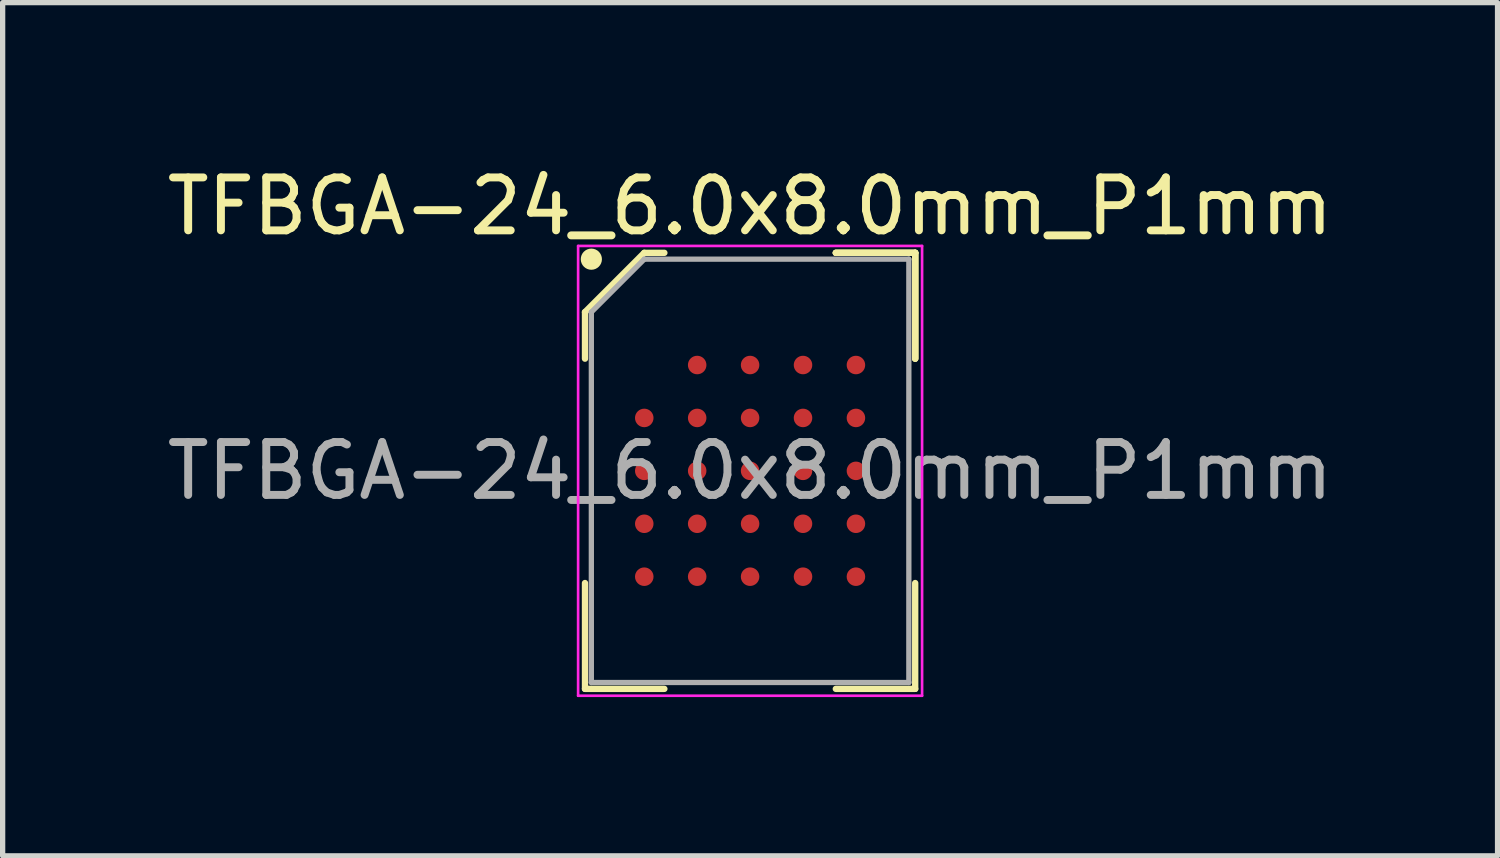
<source format=kicad_pcb>
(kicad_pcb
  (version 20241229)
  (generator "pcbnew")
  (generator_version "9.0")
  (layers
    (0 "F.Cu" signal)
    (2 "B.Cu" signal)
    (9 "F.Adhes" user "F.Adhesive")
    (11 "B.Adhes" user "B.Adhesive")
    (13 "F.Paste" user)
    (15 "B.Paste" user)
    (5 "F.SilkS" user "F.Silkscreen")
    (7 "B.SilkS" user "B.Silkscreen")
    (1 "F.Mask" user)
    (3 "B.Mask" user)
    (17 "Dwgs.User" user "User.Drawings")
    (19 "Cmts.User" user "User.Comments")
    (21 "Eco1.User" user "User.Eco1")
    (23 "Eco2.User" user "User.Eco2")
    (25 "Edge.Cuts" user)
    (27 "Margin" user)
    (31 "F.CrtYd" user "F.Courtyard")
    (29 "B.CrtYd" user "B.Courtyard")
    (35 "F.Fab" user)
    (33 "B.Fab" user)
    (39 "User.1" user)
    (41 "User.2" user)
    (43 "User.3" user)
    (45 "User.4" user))
  (footprint "TFBGA-24_6.0x8.0mm_P1mm"
    (layer "F.Cu")
    (at 11.125 5.848)
    (property "Reference" "TFBGA-24_6.0x8.0mm_P1mm" (at 0 -5 0) (layer "F.SilkS") (effects (font (size 1 1) (thickness 0.15))))
    (attr smd)
    (fp_line (start -3.12 -3) (end -3.12 -2.12) (stroke (width 0.12) (type solid)) (layer "F.SilkS"))
    (fp_line (start -3.12 4.12) (end -3.12 2.12) (stroke (width 0.12) (type solid)) (layer "F.SilkS"))
    (fp_line (start -2 -4.12) (end -3.12 -3) (stroke (width 0.12) (type solid)) (layer "F.SilkS"))
    (fp_line (start -1.62 -4.12) (end -2 -4.12) (stroke (width 0.12) (type solid)) (layer "F.SilkS"))
    (fp_line (start -1.62 4.12) (end -3.12 4.12) (stroke (width 0.12) (type solid)) (layer "F.SilkS"))
    (fp_line (start 1.62 -4.12) (end 3.12 -4.12) (stroke (width 0.12) (type solid)) (layer "F.SilkS"))
    (fp_line (start 1.62 -4.12) (end 3.12 -4.12) (stroke (width 0.12) (type solid)) (layer "F.SilkS"))
    (fp_line (start 1.62 -4.12) (end 3.12 -4.12) (stroke (width 0.12) (type solid)) (layer "F.SilkS"))
    (fp_line (start 1.62 4.12) (end 3.12 4.12) (stroke (width 0.12) (type solid)) (layer "F.SilkS"))
    (fp_line (start 3.12 -4.12) (end 3.12 -2.12) (stroke (width 0.12) (type solid)) (layer "F.SilkS"))
    (fp_line (start 3.12 -4.12) (end 3.12 -2.12) (stroke (width 0.12) (type solid)) (layer "F.SilkS"))
    (fp_line (start 3.12 -4.12) (end 3.12 -2.12) (stroke (width 0.12) (type solid)) (layer "F.SilkS"))
    (fp_line (start 3.12 4.12) (end 3.12 2.12) (stroke (width 0.12) (type solid)) (layer "F.SilkS"))
    (fp_circle (center -3 -4) (end -3 -3.9) (stroke (width 0.2) (type solid)) (fill no) (layer "F.SilkS"))
    (fp_line (start -3.25 -4.25) (end 3.25 -4.25) (stroke (width 0.05) (type solid)) (layer "F.CrtYd"))
    (fp_line (start -3.25 4.25) (end -3.25 -4.25) (stroke (width 0.05) (type solid)) (layer "F.CrtYd"))
    (fp_line (start 3.25 -4.25) (end 3.25 4.25) (stroke (width 0.05) (type solid)) (layer "F.CrtYd"))
    (fp_line (start 3.25 4.25) (end -3.25 4.25) (stroke (width 0.05) (type solid)) (layer "F.CrtYd"))
    (fp_line (start -3 -3) (end -3 4) (stroke (width 0.1) (type solid)) (layer "F.Fab"))
    (fp_line (start -3 4) (end 3 4) (stroke (width 0.1) (type solid)) (layer "F.Fab"))
    (fp_line (start -2 -4) (end -3 -3) (stroke (width 0.1) (type solid)) (layer "F.Fab"))
    (fp_line (start 3 -4) (end -2 -4) (stroke (width 0.1) (type solid)) (layer "F.Fab"))
    (fp_line (start 3 4) (end 3 -4) (stroke (width 0.1) (type solid)) (layer "F.Fab"))
    (fp_text user "${REFERENCE}" (at 0 0 0) (layer "F.Fab") (effects (font (size 1 1) (thickness 0.15))))
    (pad "A2" smd circle (at -1 -2) (size 0.35 0.35) (layers "F.Cu" "F.Mask" "F.Paste"))
    (pad "A3" smd circle (at 0 -2) (size 0.35 0.35) (layers "F.Cu" "F.Mask" "F.Paste"))
    (pad "A4" smd circle (at 1 -2) (size 0.35 0.35) (layers "F.Cu" "F.Mask" "F.Paste"))
    (pad "A5" smd circle (at 2 -2) (size 0.35 0.35) (layers "F.Cu" "F.Mask" "F.Paste"))
    (pad "B1" smd circle (at -2 -1) (size 0.35 0.35) (layers "F.Cu" "F.Mask" "F.Paste"))
    (pad "B2" smd circle (at -1 -1) (size 0.35 0.35) (layers "F.Cu" "F.Mask" "F.Paste"))
    (pad "B3" smd circle (at 0 -1) (size 0.35 0.35) (layers "F.Cu" "F.Mask" "F.Paste"))
    (pad "B4" smd circle (at 1 -1) (size 0.35 0.35) (layers "F.Cu" "F.Mask" "F.Paste"))
    (pad "B5" smd circle (at 2 -1) (size 0.35 0.35) (layers "F.Cu" "F.Mask" "F.Paste"))
    (pad "C1" smd circle (at -2 0) (size 0.35 0.35) (layers "F.Cu" "F.Mask" "F.Paste"))
    (pad "C2" smd circle (at -1 0) (size 0.35 0.35) (layers "F.Cu" "F.Mask" "F.Paste"))
    (pad "C3" smd circle (at 0 0) (size 0.35 0.35) (layers "F.Cu" "F.Mask" "F.Paste"))
    (pad "C4" smd circle (at 1 0) (size 0.35 0.35) (layers "F.Cu" "F.Mask" "F.Paste"))
    (pad "C5" smd circle (at 2 0) (size 0.35 0.35) (layers "F.Cu" "F.Mask" "F.Paste"))
    (pad "D1" smd circle (at -2 1) (size 0.35 0.35) (layers "F.Cu" "F.Mask" "F.Paste"))
    (pad "D2" smd circle (at -1 1) (size 0.35 0.35) (layers "F.Cu" "F.Mask" "F.Paste"))
    (pad "D3" smd circle (at 0 1) (size 0.35 0.35) (layers "F.Cu" "F.Mask" "F.Paste"))
    (pad "D4" smd circle (at 1 1) (size 0.35 0.35) (layers "F.Cu" "F.Mask" "F.Paste"))
    (pad "D5" smd circle (at 2 1) (size 0.35 0.35) (layers "F.Cu" "F.Mask" "F.Paste"))
    (pad "E1" smd circle (at -2 2) (size 0.35 0.35) (layers "F.Cu" "F.Mask" "F.Paste"))
    (pad "E2" smd circle (at -1 2) (size 0.35 0.35) (layers "F.Cu" "F.Mask" "F.Paste"))
    (pad "E3" smd circle (at 0 2) (size 0.35 0.35) (layers "F.Cu" "F.Mask" "F.Paste"))
    (pad "E4" smd circle (at 1 2) (size 0.35 0.35) (layers "F.Cu" "F.Mask" "F.Paste"))
    (pad "E5" smd circle (at 2 2) (size 0.35 0.35) (layers "F.Cu" "F.Mask" "F.Paste")))
  (gr_rect
    (start -3 -3)
    (end 25.25 13.123)
    (stroke (width 0.1) (type default))
    (fill no)
    (layer "Edge.Cuts")))
</source>
